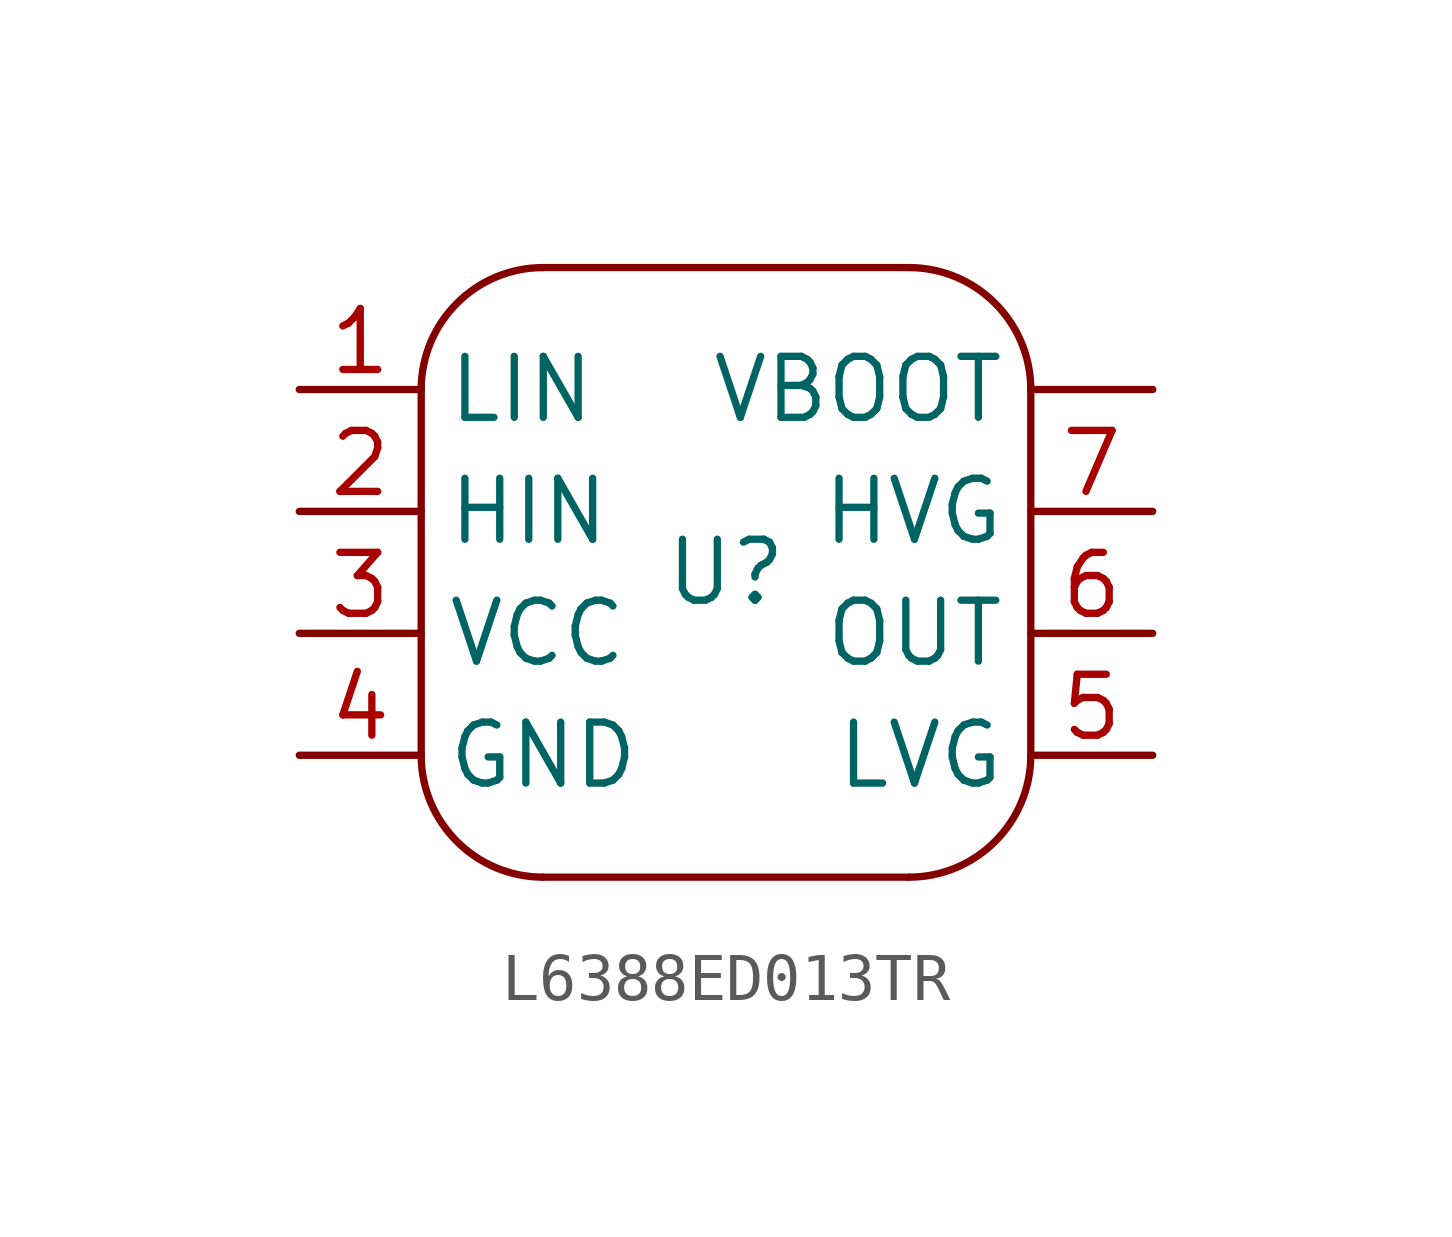
<source format=kicad_sym>
(kicad_symbol_lib
  (version 20231120)
  (generator "kicad_symbol_editor")
  (generator_version "8.0")
  (symbol "L6388ED013TR"
    (property "Reference" "U"
      (at 0 0 0)
      (effects (font (size 1.27 1.27))))
    (property "Value" ""
      (at -6.35 6.35 0)
      (effects (font (size 1.27 1.27))))
    (symbol "L6388ED013TR_0_1"
      (arc (start -6.35 -3.81) (mid -5.6061 -5.6061) (end -3.81 -6.35) (stroke (width 0) (type default)) (fill (type none)))
      (arc (start -3.81 6.35) (mid -5.6061 5.6061) (end -6.35 3.81) (stroke (width 0) (type default)) (fill (type none)))
      (polyline (pts (xy -6.35 3.81) (xy -6.35 -3.81)) (stroke (width 0) (type default)) (fill (type none)))
      (polyline (pts (xy -3.81 -6.35) (xy 3.81 -6.35)) (stroke (width 0) (type default)) (fill (type none)))
      (polyline (pts (xy -3.81 6.35) (xy 3.81 6.35)) (stroke (width 0) (type default)) (fill (type none)))
      (polyline (pts (xy 6.35 3.81) (xy 6.35 -3.81)) (stroke (width 0) (type default)) (fill (type none)))
      (arc (start 3.81 -6.35) (mid 5.6061 -5.6061) (end 6.35 -3.81) (stroke (width 0) (type default)) (fill (type none)))
      (arc (start 6.35 3.81) (mid 5.6061 5.6061) (end 3.81 6.35) (stroke (width 0) (type default)) (fill (type none))))
    (symbol "L6388ED013TR_1_1"
      (pin input line (at 8.89 3.81 180) (length 2.54) (name "VBOOT" (effects (font (size 1.27 1.27)))) (number "" (effects (font (size 1.27 1.27)))))
      (pin input line (at -8.89 3.81 0) (length 2.54) (name "LIN" (effects (font (size 1.27 1.27)))) (number "1" (effects (font (size 1.27 1.27)))))
      (pin input line (at -8.89 1.27 0) (length 2.54) (name "HIN" (effects (font (size 1.27 1.27)))) (number "2" (effects (font (size 1.27 1.27)))))
      (pin input line (at -8.89 -1.27 0) (length 2.54) (name "VCC" (effects (font (size 1.27 1.27)))) (number "3" (effects (font (size 1.27 1.27)))))
      (pin input line (at -8.89 -3.81 0) (length 2.54) (name "GND" (effects (font (size 1.27 1.27)))) (number "4" (effects (font (size 1.27 1.27)))))
      (pin input line (at 8.89 -3.81 180) (length 2.54) (name "LVG" (effects (font (size 1.27 1.27)))) (number "5" (effects (font (size 1.27 1.27)))))
      (pin input line (at 8.89 -1.27 180) (length 2.54) (name "OUT" (effects (font (size 1.27 1.27)))) (number "6" (effects (font (size 1.27 1.27)))))
      (pin input line (at 8.89 1.27 180) (length 2.54) (name "HVG" (effects (font (size 1.27 1.27)))) (number "7" (effects (font (size 1.27 1.27))))))))
</source>
